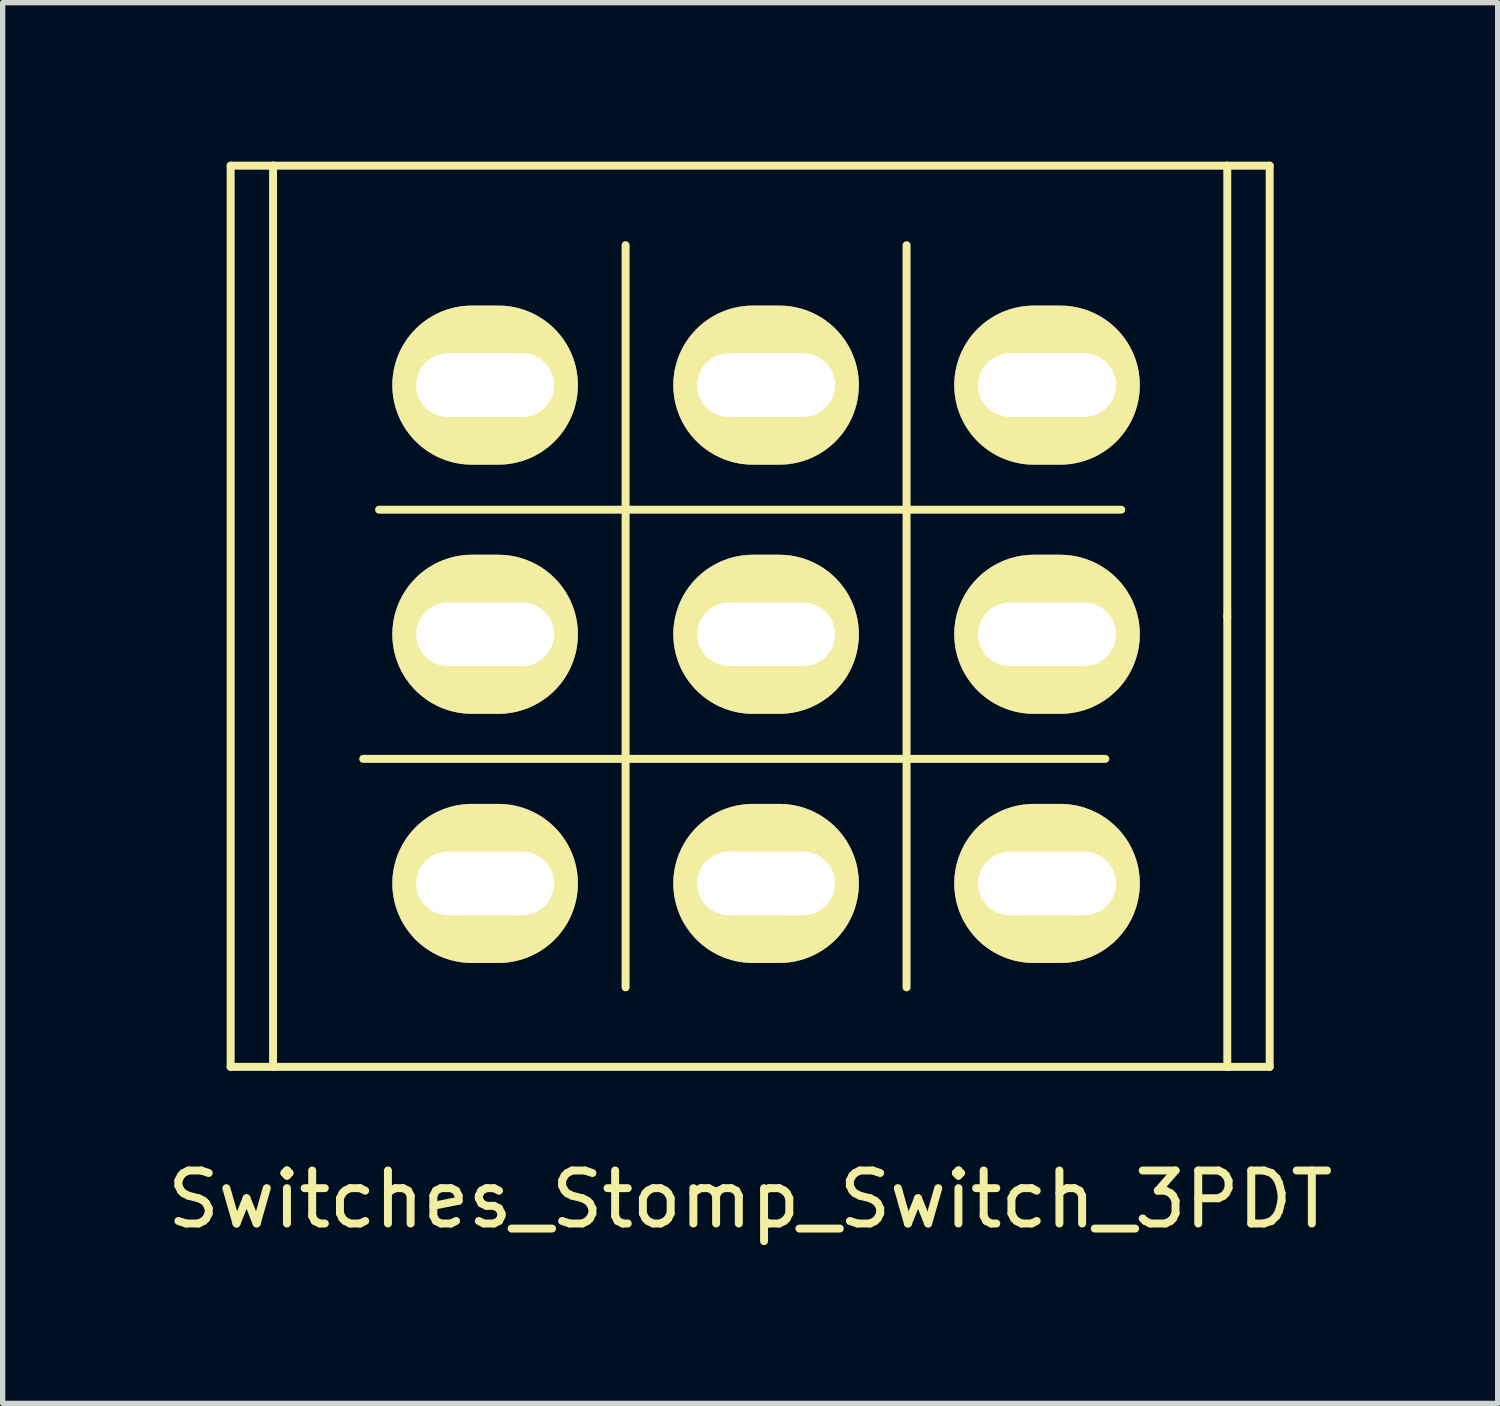
<source format=kicad_pcb>
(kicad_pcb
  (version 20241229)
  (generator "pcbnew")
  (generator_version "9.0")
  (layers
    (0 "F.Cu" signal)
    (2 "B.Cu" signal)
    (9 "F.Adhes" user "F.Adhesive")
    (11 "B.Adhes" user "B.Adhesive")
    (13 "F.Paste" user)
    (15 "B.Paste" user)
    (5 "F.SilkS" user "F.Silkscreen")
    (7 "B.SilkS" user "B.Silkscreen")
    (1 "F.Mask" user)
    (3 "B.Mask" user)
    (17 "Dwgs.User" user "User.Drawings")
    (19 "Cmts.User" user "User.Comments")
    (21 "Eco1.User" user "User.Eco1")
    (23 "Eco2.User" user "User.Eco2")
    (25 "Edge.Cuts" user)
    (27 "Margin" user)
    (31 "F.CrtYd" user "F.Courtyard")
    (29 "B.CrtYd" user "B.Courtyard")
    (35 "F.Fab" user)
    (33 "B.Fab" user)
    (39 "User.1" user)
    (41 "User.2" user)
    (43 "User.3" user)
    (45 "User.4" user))
  (footprint "Switches_Stomp_Switch_3PDT"
    (layer "F.Cu")
    (at 11.101 8.575)
    (property "Reference" "Switches_Stomp_Switch_3PDT" (at 0 11 0) (layer "F.SilkS") (effects (font (size 1 1) (thickness 0.15))))
    (attr through_hole)
    (fp_line (start -9.8 -8.5) (end -9 -8.5) (stroke (width 0.15) (type solid)) (layer "F.SilkS"))
    (fp_line (start -9.8 8.5) (end -9.8 -8.5) (stroke (width 0.15) (type solid)) (layer "F.SilkS"))
    (fp_line (start -9 -8.5) (end 9 -8.5) (stroke (width 0.15) (type solid)) (layer "F.SilkS"))
    (fp_line (start -9 8.5) (end -9.8 8.5) (stroke (width 0.15) (type solid)) (layer "F.SilkS"))
    (fp_line (start -9 8.5) (end -9 -8.5) (stroke (width 0.15) (type solid)) (layer "F.SilkS"))
    (fp_line (start -9 8.5) (end 9 8.5) (stroke (width 0.15) (type solid)) (layer "F.SilkS"))
    (fp_line (start -7 -2.01) (end 7 -2.01) (stroke (width 0.15) (type solid)) (layer "F.SilkS"))
    (fp_line (start -2.35 -7) (end -2.35 7) (stroke (width 0.15) (type solid)) (layer "F.SilkS"))
    (fp_line (start 2.95 7) (end 2.95 -7) (stroke (width 0.15) (type solid)) (layer "F.SilkS"))
    (fp_line (start 6.7 2.69) (end -7.3 2.69) (stroke (width 0.15) (type solid)) (layer "F.SilkS"))
    (fp_line (start 9 -8.5) (end 9 0) (stroke (width 0.15) (type solid)) (layer "F.SilkS"))
    (fp_line (start 9 8.5) (end 9 0) (stroke (width 0.15) (type solid)) (layer "F.SilkS"))
    (fp_line (start 9.8 -8.5) (end 9 -8.5) (stroke (width 0.15) (type solid)) (layer "F.SilkS"))
    (fp_line (start 9.8 8.5) (end 9 8.5) (stroke (width 0.15) (type solid)) (layer "F.SilkS"))
    (fp_line (start 9.8 8.5) (end 9.8 -8.5) (stroke (width 0.15) (type solid)) (layer "F.SilkS"))
    (pad "1" thru_hole oval (at -5 -4.36) (size 3.5 3) (drill oval 2.6 1.2) (layers "*.Cu" "*.Mask" "F.SilkS"))
    (pad "2" thru_hole oval (at -5 0.34) (size 3.5 3) (drill oval 2.6 1.2) (layers "*.Cu" "*.Mask" "F.SilkS"))
    (pad "3" thru_hole oval (at -5 5.04) (size 3.5 3) (drill oval 2.6 1.2) (layers "*.Cu" "*.Mask" "F.SilkS"))
    (pad "4" thru_hole oval (at 0.3 -4.36) (size 3.5 3) (drill oval 2.6 1.2) (layers "*.Cu" "*.Mask" "F.SilkS"))
    (pad "5" thru_hole oval (at 0.3 0.34) (size 3.5 3) (drill oval 2.6 1.2) (layers "*.Cu" "*.Mask" "F.SilkS"))
    (pad "6" thru_hole oval (at 0.3 5.04) (size 3.5 3) (drill oval 2.6 1.2) (layers "*.Cu" "*.Mask" "F.SilkS"))
    (pad "7" thru_hole oval (at 5.6 -4.36) (size 3.5 3) (drill oval 2.6 1.2) (layers "*.Cu" "*.Mask" "F.SilkS"))
    (pad "8" thru_hole oval (at 5.6 0.34) (size 3.5 3) (drill oval 2.6 1.2) (layers "*.Cu" "*.Mask" "F.SilkS"))
    (pad "9" thru_hole oval (at 5.6 5.04) (size 3.5 3) (drill oval 2.6 1.2) (layers "*.Cu" "*.Mask" "F.SilkS")))
  (gr_rect
    (start -3 -3)
    (end 25.202 23.423)
    (stroke (width 0.1) (type default))
    (fill no)
    (layer "Edge.Cuts")))
</source>
